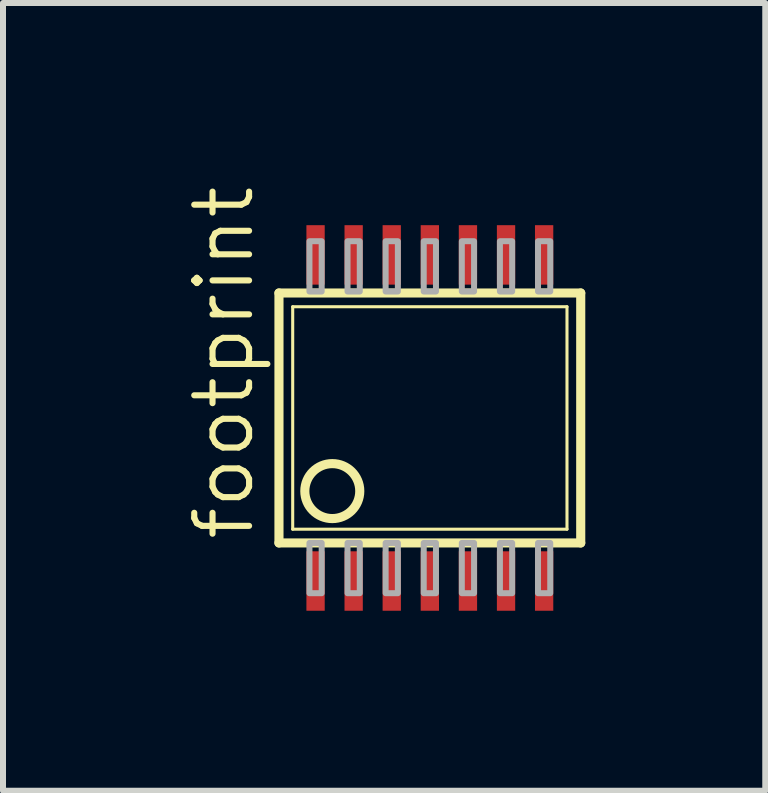
<source format=kicad_pcb>
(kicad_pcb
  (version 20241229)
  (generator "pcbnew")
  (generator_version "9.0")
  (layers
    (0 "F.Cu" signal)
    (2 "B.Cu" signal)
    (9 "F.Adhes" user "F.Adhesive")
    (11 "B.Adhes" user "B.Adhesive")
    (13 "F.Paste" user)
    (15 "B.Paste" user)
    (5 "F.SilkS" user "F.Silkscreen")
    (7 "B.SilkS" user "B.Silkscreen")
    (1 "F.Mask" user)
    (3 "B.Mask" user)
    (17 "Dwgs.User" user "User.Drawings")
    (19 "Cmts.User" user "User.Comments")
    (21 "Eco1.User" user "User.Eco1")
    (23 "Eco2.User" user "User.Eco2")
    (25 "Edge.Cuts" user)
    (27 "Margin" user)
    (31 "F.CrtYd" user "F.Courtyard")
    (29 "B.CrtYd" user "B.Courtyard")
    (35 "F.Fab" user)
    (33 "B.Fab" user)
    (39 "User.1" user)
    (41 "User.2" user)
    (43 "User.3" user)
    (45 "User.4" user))
  (footprint "footprint"
    (layer "F.Cu")
    (at 4.115 3.917)
    (property "Reference" "footprint" (at -2.896 2.083 90) (layer "F.SilkS") (effects (font (size 0.914 0.914) (thickness 0.102)) (justify left bottom)))
    (fp_line (start -2.515 2.083) (end -2.515 -2.083) (stroke (width 0.152) (type solid)) (layer "F.SilkS"))
    (fp_line (start -2.515 2.083) (end 2.515 2.083) (stroke (width 0.152) (type solid)) (layer "F.SilkS"))
    (fp_line (start -2.286 1.854) (end -2.286 -1.854) (stroke (width 0.051) (type solid)) (layer "F.SilkS"))
    (fp_line (start -2.286 1.854) (end 2.286 1.854) (stroke (width 0.051) (type solid)) (layer "F.SilkS"))
    (fp_line (start 2.286 -1.854) (end -2.286 -1.854) (stroke (width 0.051) (type solid)) (layer "F.SilkS"))
    (fp_line (start 2.286 -1.854) (end 2.286 1.854) (stroke (width 0.051) (type solid)) (layer "F.SilkS"))
    (fp_line (start 2.515 -2.083) (end -2.515 -2.083) (stroke (width 0.152) (type solid)) (layer "F.SilkS"))
    (fp_line (start 2.515 -2.083) (end 2.515 2.083) (stroke (width 0.152) (type solid)) (layer "F.SilkS"))
    (fp_circle (center -1.626 1.219) (end -1.168 1.219) (stroke (width 0.152) (type solid)) (fill no) (layer "F.SilkS"))
    (fp_poly (pts (xy -2.007 -2.108) (xy -1.803 -2.108) (xy -1.803 -2.946) (xy -2.007 -2.946)) (stroke (width 0.1) (type solid)) (fill no) (layer "F.Fab"))
    (fp_poly (pts (xy -2.007 2.921) (xy -1.803 2.921) (xy -1.803 2.083) (xy -2.007 2.083)) (stroke (width 0.1) (type solid)) (fill no) (layer "F.Fab"))
    (fp_poly (pts (xy -1.372 -2.108) (xy -1.168 -2.108) (xy -1.168 -2.946) (xy -1.372 -2.946)) (stroke (width 0.1) (type solid)) (fill no) (layer "F.Fab"))
    (fp_poly (pts (xy -1.372 2.921) (xy -1.168 2.921) (xy -1.168 2.083) (xy -1.372 2.083)) (stroke (width 0.1) (type solid)) (fill no) (layer "F.Fab"))
    (fp_poly (pts (xy -0.737 -2.108) (xy -0.533 -2.108) (xy -0.533 -2.946) (xy -0.737 -2.946)) (stroke (width 0.1) (type solid)) (fill no) (layer "F.Fab"))
    (fp_poly (pts (xy -0.737 2.921) (xy -0.533 2.921) (xy -0.533 2.083) (xy -0.737 2.083)) (stroke (width 0.1) (type solid)) (fill no) (layer "F.Fab"))
    (fp_poly (pts (xy -0.102 -2.108) (xy 0.102 -2.108) (xy 0.102 -2.946) (xy -0.102 -2.946)) (stroke (width 0.1) (type solid)) (fill no) (layer "F.Fab"))
    (fp_poly (pts (xy -0.102 2.921) (xy 0.102 2.921) (xy 0.102 2.083) (xy -0.102 2.083)) (stroke (width 0.1) (type solid)) (fill no) (layer "F.Fab"))
    (fp_poly (pts (xy 0.533 -2.108) (xy 0.737 -2.108) (xy 0.737 -2.946) (xy 0.533 -2.946)) (stroke (width 0.1) (type solid)) (fill no) (layer "F.Fab"))
    (fp_poly (pts (xy 0.533 2.921) (xy 0.737 2.921) (xy 0.737 2.083) (xy 0.533 2.083)) (stroke (width 0.1) (type solid)) (fill no) (layer "F.Fab"))
    (fp_poly (pts (xy 1.168 -2.108) (xy 1.372 -2.108) (xy 1.372 -2.946) (xy 1.168 -2.946)) (stroke (width 0.1) (type solid)) (fill no) (layer "F.Fab"))
    (fp_poly (pts (xy 1.168 2.921) (xy 1.372 2.921) (xy 1.372 2.083) (xy 1.168 2.083)) (stroke (width 0.1) (type solid)) (fill no) (layer "F.Fab"))
    (fp_poly (pts (xy 1.803 -2.108) (xy 2.007 -2.108) (xy 2.007 -2.946) (xy 1.803 -2.946)) (stroke (width 0.1) (type solid)) (fill no) (layer "F.Fab"))
    (fp_poly (pts (xy 1.803 2.921) (xy 2.007 2.921) (xy 2.007 2.083) (xy 1.803 2.083)) (stroke (width 0.1) (type solid)) (fill no) (layer "F.Fab"))
    (pad "1" smd rect (at -1.905 2.718) (size 0.305 0.991) (layers "F.Cu" "F.Mask" "F.Paste"))
    (pad "2" smd rect (at -1.27 2.718) (size 0.305 0.991) (layers "F.Cu" "F.Mask" "F.Paste"))
    (pad "3" smd rect (at -0.635 2.718) (size 0.305 0.991) (layers "F.Cu" "F.Mask" "F.Paste"))
    (pad "4" smd rect (at 0 2.718) (size 0.305 0.991) (layers "F.Cu" "F.Mask" "F.Paste"))
    (pad "5" smd rect (at 0.635 2.718) (size 0.305 0.991) (layers "F.Cu" "F.Mask" "F.Paste"))
    (pad "6" smd rect (at 1.27 2.718) (size 0.305 0.991) (layers "F.Cu" "F.Mask" "F.Paste"))
    (pad "7" smd rect (at 1.905 2.718) (size 0.305 0.991) (layers "F.Cu" "F.Mask" "F.Paste"))
    (pad "8" smd rect (at 1.905 -2.718) (size 0.305 0.991) (layers "F.Cu" "F.Mask" "F.Paste"))
    (pad "9" smd rect (at 1.27 -2.718) (size 0.305 0.991) (layers "F.Cu" "F.Mask" "F.Paste"))
    (pad "10" smd rect (at 0.635 -2.718) (size 0.305 0.991) (layers "F.Cu" "F.Mask" "F.Paste"))
    (pad "11" smd rect (at 0 -2.718) (size 0.305 0.991) (layers "F.Cu" "F.Mask" "F.Paste"))
    (pad "12" smd rect (at -0.635 -2.718) (size 0.305 0.991) (layers "F.Cu" "F.Mask" "F.Paste"))
    (pad "13" smd rect (at -1.27 -2.718) (size 0.305 0.991) (layers "F.Cu" "F.Mask" "F.Paste"))
    (pad "14" smd rect (at -1.905 -2.718) (size 0.305 0.991) (layers "F.Cu" "F.Mask" "F.Paste")))
  (gr_rect
    (start -3 -3)
    (end 9.706 10.131)
    (stroke (width 0.1) (type default))
    (fill no)
    (layer "Edge.Cuts")))
</source>
